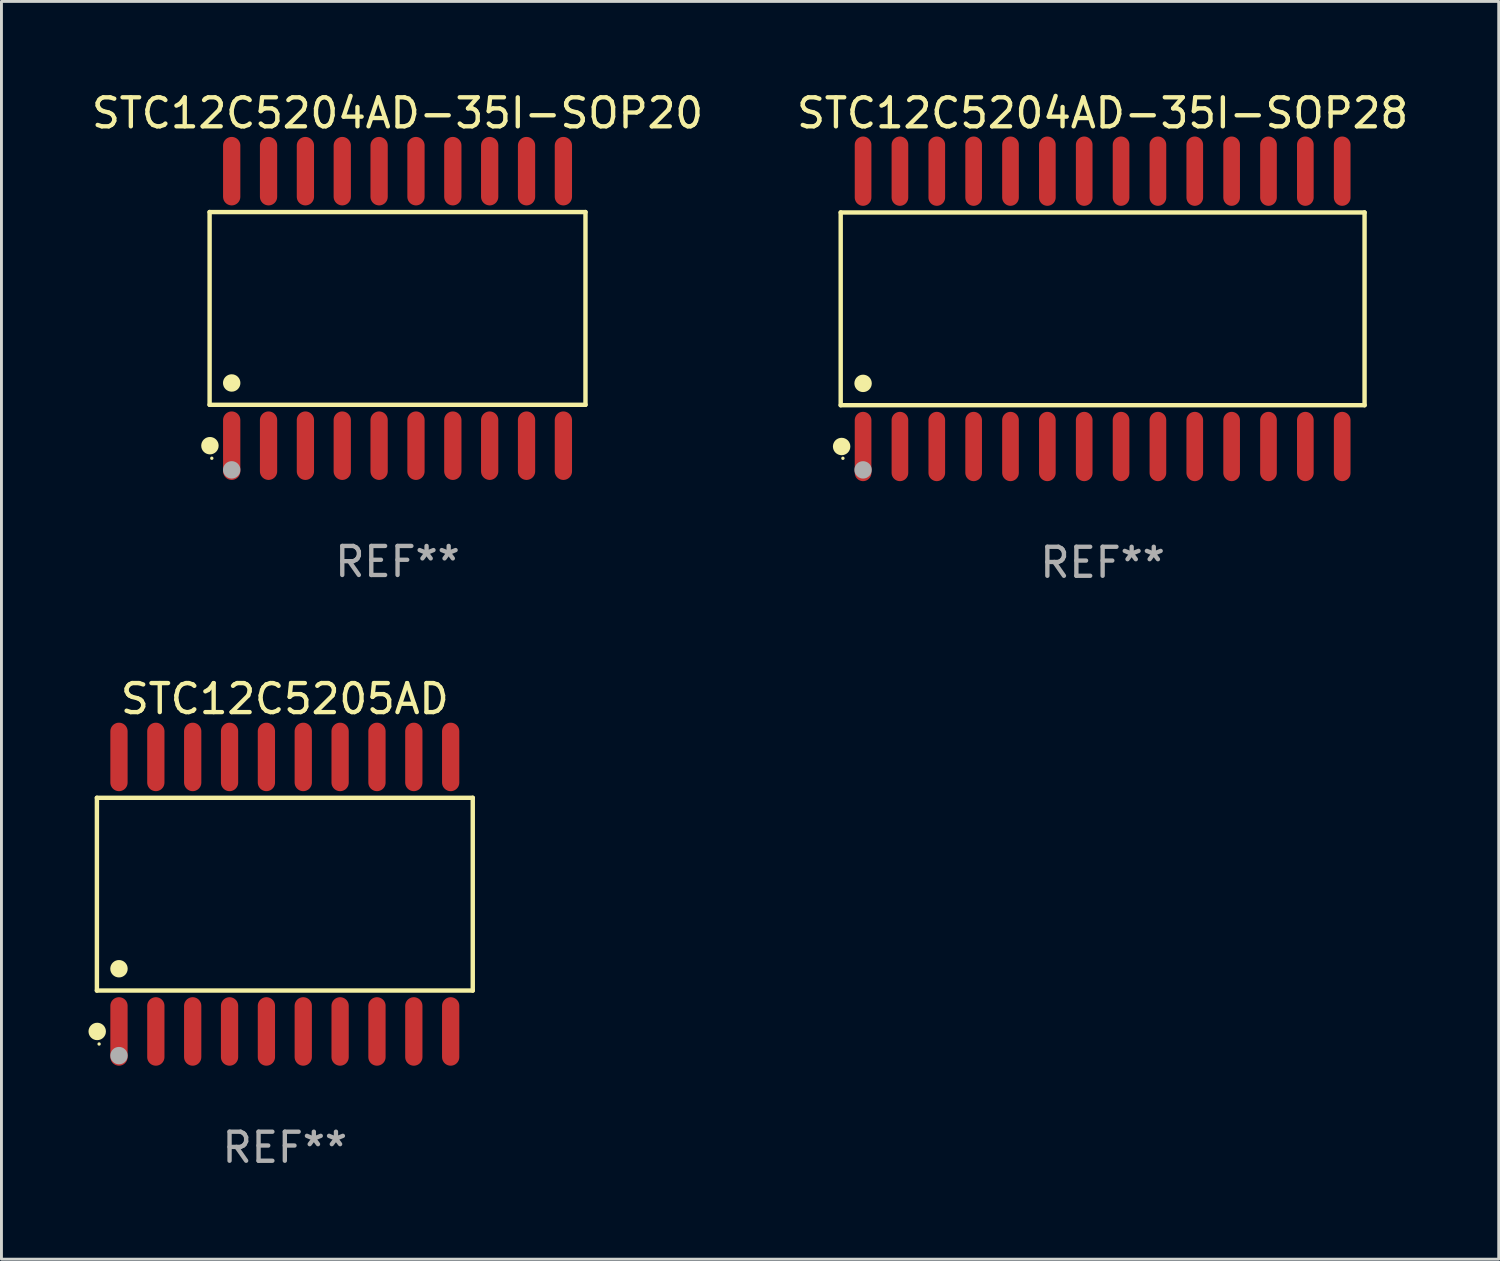
<source format=kicad_pcb>
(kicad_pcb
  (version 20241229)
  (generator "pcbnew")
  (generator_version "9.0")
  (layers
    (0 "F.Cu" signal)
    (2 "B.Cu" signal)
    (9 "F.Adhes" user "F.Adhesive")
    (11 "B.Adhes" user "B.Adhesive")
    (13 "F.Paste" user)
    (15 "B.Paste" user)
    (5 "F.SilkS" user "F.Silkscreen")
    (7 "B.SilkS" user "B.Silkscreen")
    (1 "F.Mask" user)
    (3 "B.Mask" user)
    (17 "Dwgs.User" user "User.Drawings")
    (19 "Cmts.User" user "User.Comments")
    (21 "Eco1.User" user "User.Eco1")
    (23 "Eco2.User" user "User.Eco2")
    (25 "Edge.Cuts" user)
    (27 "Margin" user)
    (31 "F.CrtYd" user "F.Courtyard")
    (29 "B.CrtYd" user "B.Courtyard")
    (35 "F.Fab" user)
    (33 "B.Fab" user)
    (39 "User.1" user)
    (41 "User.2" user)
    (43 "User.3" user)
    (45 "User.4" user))
  (footprint "STC12C5204AD-35I-SOP28"
    (layer "F.Cu")
    (at 34.946 7.592)
    (property "Reference" "STC12C5204AD-35I-SOP28" (at 0 -6.744 0) (layer "F.SilkS") (effects (font (size 1 1) (thickness 0.15))))
    (attr through_hole)
    (fp_line (start -9.026 -3.321) (end 9.026 -3.321) (stroke (width 0.152) (type solid)) (layer "F.SilkS"))
    (fp_line (start -9.026 3.321) (end -9.026 -3.321) (stroke (width 0.152) (type solid)) (layer "F.SilkS"))
    (fp_line (start 9.026 -3.321) (end 9.026 3.321) (stroke (width 0.152) (type solid)) (layer "F.SilkS"))
    (fp_line (start 9.026 3.321) (end -9.026 3.321) (stroke (width 0.152) (type solid)) (layer "F.SilkS"))
    (fp_circle (center -8.994 4.744) (end -8.844 4.744) (stroke (width 0.3) (type solid)) (fill no) (layer "F.SilkS"))
    (fp_circle (center -8.95 5.15) (end -8.92 5.15) (stroke (width 0.06) (type solid)) (fill no) (layer "F.SilkS"))
    (fp_circle (center -8.255 2.569) (end -8.105 2.569) (stroke (width 0.3) (type solid)) (fill no) (layer "F.SilkS"))
    (fp_circle (center -8.255 5.55) (end -8.105 5.55) (stroke (width 0.3) (type solid)) (fill no) (layer "F.Fab"))
    (fp_text user "REF**" (at 0 8.744 0) (layer "F.Fab") (effects (font (size 1 1) (thickness 0.15))))
    (pad "1" smd oval (at -8.255 4.744) (size 0.574 2.388) (layers "F.Cu" "F.Mask" "F.Paste"))
    (pad "2" smd oval (at -6.985 4.744) (size 0.574 2.388) (layers "F.Cu" "F.Mask" "F.Paste"))
    (pad "3" smd oval (at -5.715 4.744) (size 0.574 2.388) (layers "F.Cu" "F.Mask" "F.Paste"))
    (pad "4" smd oval (at -4.445 4.744) (size 0.574 2.388) (layers "F.Cu" "F.Mask" "F.Paste"))
    (pad "5" smd oval (at -3.175 4.744) (size 0.574 2.388) (layers "F.Cu" "F.Mask" "F.Paste"))
    (pad "6" smd oval (at -1.905 4.744) (size 0.574 2.388) (layers "F.Cu" "F.Mask" "F.Paste"))
    (pad "7" smd oval (at -0.635 4.744) (size 0.574 2.388) (layers "F.Cu" "F.Mask" "F.Paste"))
    (pad "8" smd oval (at 0.635 4.744) (size 0.574 2.388) (layers "F.Cu" "F.Mask" "F.Paste"))
    (pad "9" smd oval (at 1.905 4.744) (size 0.574 2.388) (layers "F.Cu" "F.Mask" "F.Paste"))
    (pad "10" smd oval (at 3.175 4.744) (size 0.574 2.388) (layers "F.Cu" "F.Mask" "F.Paste"))
    (pad "11" smd oval (at 4.445 4.744) (size 0.574 2.388) (layers "F.Cu" "F.Mask" "F.Paste"))
    (pad "12" smd oval (at 5.715 4.744) (size 0.574 2.388) (layers "F.Cu" "F.Mask" "F.Paste"))
    (pad "13" smd oval (at 6.985 4.744) (size 0.574 2.388) (layers "F.Cu" "F.Mask" "F.Paste"))
    (pad "14" smd oval (at 8.255 4.744) (size 0.574 2.388) (layers "F.Cu" "F.Mask" "F.Paste"))
    (pad "15" smd oval (at 8.255 -4.744) (size 0.574 2.388) (layers "F.Cu" "F.Mask" "F.Paste"))
    (pad "16" smd oval (at 6.985 -4.744) (size 0.574 2.388) (layers "F.Cu" "F.Mask" "F.Paste"))
    (pad "17" smd oval (at 5.715 -4.744) (size 0.574 2.388) (layers "F.Cu" "F.Mask" "F.Paste"))
    (pad "18" smd oval (at 4.445 -4.744) (size 0.574 2.388) (layers "F.Cu" "F.Mask" "F.Paste"))
    (pad "19" smd oval (at 3.175 -4.744) (size 0.574 2.388) (layers "F.Cu" "F.Mask" "F.Paste"))
    (pad "20" smd oval (at 1.905 -4.744) (size 0.574 2.388) (layers "F.Cu" "F.Mask" "F.Paste"))
    (pad "21" smd oval (at 0.635 -4.744) (size 0.574 2.388) (layers "F.Cu" "F.Mask" "F.Paste"))
    (pad "22" smd oval (at -0.635 -4.744) (size 0.574 2.388) (layers "F.Cu" "F.Mask" "F.Paste"))
    (pad "23" smd oval (at -1.905 -4.744) (size 0.574 2.388) (layers "F.Cu" "F.Mask" "F.Paste"))
    (pad "24" smd oval (at -3.175 -4.744) (size 0.574 2.388) (layers "F.Cu" "F.Mask" "F.Paste"))
    (pad "25" smd oval (at -4.445 -4.744) (size 0.574 2.388) (layers "F.Cu" "F.Mask" "F.Paste"))
    (pad "26" smd oval (at -5.715 -4.744) (size 0.574 2.388) (layers "F.Cu" "F.Mask" "F.Paste"))
    (pad "27" smd oval (at -6.985 -4.744) (size 0.574 2.388) (layers "F.Cu" "F.Mask" "F.Paste"))
    (pad "28" smd oval (at -8.255 -4.744) (size 0.574 2.388) (layers "F.Cu" "F.Mask" "F.Paste")))
  (footprint "STC12C5204AD-35I-SOP20"
    (layer "F.Cu")
    (at 10.649 7.578)
    (property "Reference" "STC12C5204AD-35I-SOP20" (at 0 -6.73 0) (layer "F.SilkS") (effects (font (size 1 1) (thickness 0.15))))
    (attr through_hole)
    (fp_line (start -6.476 -3.321) (end 6.476 -3.321) (stroke (width 0.152) (type solid)) (layer "F.SilkS"))
    (fp_line (start -6.476 3.321) (end -6.476 -3.321) (stroke (width 0.152) (type solid)) (layer "F.SilkS"))
    (fp_line (start 6.476 -3.321) (end 6.476 3.321) (stroke (width 0.152) (type solid)) (layer "F.SilkS"))
    (fp_line (start 6.476 3.321) (end -6.476 3.321) (stroke (width 0.152) (type solid)) (layer "F.SilkS"))
    (fp_circle (center -6.465 4.73) (end -6.315 4.73) (stroke (width 0.3) (type solid)) (fill no) (layer "F.SilkS"))
    (fp_circle (center -6.4 5.163) (end -6.37 5.163) (stroke (width 0.06) (type solid)) (fill no) (layer "F.SilkS"))
    (fp_circle (center -5.715 2.569) (end -5.565 2.569) (stroke (width 0.3) (type solid)) (fill no) (layer "F.SilkS"))
    (fp_circle (center -5.715 5.563) (end -5.565 5.563) (stroke (width 0.3) (type solid)) (fill no) (layer "F.Fab"))
    (fp_text user "REF**" (at 0 8.73 0) (layer "F.Fab") (effects (font (size 1 1) (thickness 0.15))))
    (pad "1" smd oval (at -5.715 4.73) (size 0.595 2.36) (layers "F.Cu" "F.Mask" "F.Paste"))
    (pad "2" smd oval (at -4.445 4.73) (size 0.595 2.36) (layers "F.Cu" "F.Mask" "F.Paste"))
    (pad "3" smd oval (at -3.175 4.73) (size 0.595 2.36) (layers "F.Cu" "F.Mask" "F.Paste"))
    (pad "4" smd oval (at -1.905 4.73) (size 0.595 2.36) (layers "F.Cu" "F.Mask" "F.Paste"))
    (pad "5" smd oval (at -0.635 4.73) (size 0.595 2.36) (layers "F.Cu" "F.Mask" "F.Paste"))
    (pad "6" smd oval (at 0.635 4.73) (size 0.595 2.36) (layers "F.Cu" "F.Mask" "F.Paste"))
    (pad "7" smd oval (at 1.905 4.73) (size 0.595 2.36) (layers "F.Cu" "F.Mask" "F.Paste"))
    (pad "8" smd oval (at 3.175 4.73) (size 0.595 2.36) (layers "F.Cu" "F.Mask" "F.Paste"))
    (pad "9" smd oval (at 4.445 4.73) (size 0.595 2.36) (layers "F.Cu" "F.Mask" "F.Paste"))
    (pad "10" smd oval (at 5.715 4.73) (size 0.595 2.36) (layers "F.Cu" "F.Mask" "F.Paste"))
    (pad "11" smd oval (at 5.715 -4.73) (size 0.595 2.36) (layers "F.Cu" "F.Mask" "F.Paste"))
    (pad "12" smd oval (at 4.445 -4.73) (size 0.595 2.36) (layers "F.Cu" "F.Mask" "F.Paste"))
    (pad "13" smd oval (at 3.175 -4.73) (size 0.595 2.36) (layers "F.Cu" "F.Mask" "F.Paste"))
    (pad "14" smd oval (at 1.905 -4.73) (size 0.595 2.36) (layers "F.Cu" "F.Mask" "F.Paste"))
    (pad "15" smd oval (at 0.635 -4.73) (size 0.595 2.36) (layers "F.Cu" "F.Mask" "F.Paste"))
    (pad "16" smd oval (at -0.635 -4.73) (size 0.595 2.36) (layers "F.Cu" "F.Mask" "F.Paste"))
    (pad "17" smd oval (at -1.905 -4.73) (size 0.595 2.36) (layers "F.Cu" "F.Mask" "F.Paste"))
    (pad "18" smd oval (at -3.175 -4.73) (size 0.595 2.36) (layers "F.Cu" "F.Mask" "F.Paste"))
    (pad "19" smd oval (at -4.445 -4.73) (size 0.595 2.36) (layers "F.Cu" "F.Mask" "F.Paste"))
    (pad "20" smd oval (at -5.715 -4.73) (size 0.595 2.36) (layers "F.Cu" "F.Mask" "F.Paste")))
  (footprint "STC12C5205AD"
    (layer "F.Cu")
    (at 6.765 27.763)
    (property "Reference" "STC12C5205AD" (at 0 -6.73 0) (layer "F.SilkS") (effects (font (size 1 1) (thickness 0.15))))
    (attr through_hole)
    (fp_line (start -6.476 -3.321) (end 6.476 -3.321) (stroke (width 0.152) (type solid)) (layer "F.SilkS"))
    (fp_line (start -6.476 3.321) (end -6.476 -3.321) (stroke (width 0.152) (type solid)) (layer "F.SilkS"))
    (fp_line (start 6.476 -3.321) (end 6.476 3.321) (stroke (width 0.152) (type solid)) (layer "F.SilkS"))
    (fp_line (start 6.476 3.321) (end -6.476 3.321) (stroke (width 0.152) (type solid)) (layer "F.SilkS"))
    (fp_circle (center -6.465 4.73) (end -6.315 4.73) (stroke (width 0.3) (type solid)) (fill no) (layer "F.SilkS"))
    (fp_circle (center -6.4 5.163) (end -6.37 5.163) (stroke (width 0.06) (type solid)) (fill no) (layer "F.SilkS"))
    (fp_circle (center -5.715 2.569) (end -5.565 2.569) (stroke (width 0.3) (type solid)) (fill no) (layer "F.SilkS"))
    (fp_circle (center -5.715 5.563) (end -5.565 5.563) (stroke (width 0.3) (type solid)) (fill no) (layer "F.Fab"))
    (fp_text user "REF**" (at 0 8.73 0) (layer "F.Fab") (effects (font (size 1 1) (thickness 0.15))))
    (pad "1" smd oval (at -5.715 4.73) (size 0.595 2.36) (layers "F.Cu" "F.Mask" "F.Paste"))
    (pad "2" smd oval (at -4.445 4.73) (size 0.595 2.36) (layers "F.Cu" "F.Mask" "F.Paste"))
    (pad "3" smd oval (at -3.175 4.73) (size 0.595 2.36) (layers "F.Cu" "F.Mask" "F.Paste"))
    (pad "4" smd oval (at -1.905 4.73) (size 0.595 2.36) (layers "F.Cu" "F.Mask" "F.Paste"))
    (pad "5" smd oval (at -0.635 4.73) (size 0.595 2.36) (layers "F.Cu" "F.Mask" "F.Paste"))
    (pad "6" smd oval (at 0.635 4.73) (size 0.595 2.36) (layers "F.Cu" "F.Mask" "F.Paste"))
    (pad "7" smd oval (at 1.905 4.73) (size 0.595 2.36) (layers "F.Cu" "F.Mask" "F.Paste"))
    (pad "8" smd oval (at 3.175 4.73) (size 0.595 2.36) (layers "F.Cu" "F.Mask" "F.Paste"))
    (pad "9" smd oval (at 4.445 4.73) (size 0.595 2.36) (layers "F.Cu" "F.Mask" "F.Paste"))
    (pad "10" smd oval (at 5.715 4.73) (size 0.595 2.36) (layers "F.Cu" "F.Mask" "F.Paste"))
    (pad "11" smd oval (at 5.715 -4.73) (size 0.595 2.36) (layers "F.Cu" "F.Mask" "F.Paste"))
    (pad "12" smd oval (at 4.445 -4.73) (size 0.595 2.36) (layers "F.Cu" "F.Mask" "F.Paste"))
    (pad "13" smd oval (at 3.175 -4.73) (size 0.595 2.36) (layers "F.Cu" "F.Mask" "F.Paste"))
    (pad "14" smd oval (at 1.905 -4.73) (size 0.595 2.36) (layers "F.Cu" "F.Mask" "F.Paste"))
    (pad "15" smd oval (at 0.635 -4.73) (size 0.595 2.36) (layers "F.Cu" "F.Mask" "F.Paste"))
    (pad "16" smd oval (at -0.635 -4.73) (size 0.595 2.36) (layers "F.Cu" "F.Mask" "F.Paste"))
    (pad "17" smd oval (at -1.905 -4.73) (size 0.595 2.36) (layers "F.Cu" "F.Mask" "F.Paste"))
    (pad "18" smd oval (at -3.175 -4.73) (size 0.595 2.36) (layers "F.Cu" "F.Mask" "F.Paste"))
    (pad "19" smd oval (at -4.445 -4.73) (size 0.595 2.36) (layers "F.Cu" "F.Mask" "F.Paste"))
    (pad "20" smd oval (at -5.715 -4.73) (size 0.595 2.36) (layers "F.Cu" "F.Mask" "F.Paste")))
  (gr_rect
    (start -3 -3)
    (end 48.595 40.341)
    (stroke (width 0.1) (type default))
    (fill no)
    (layer "Edge.Cuts")))
</source>
